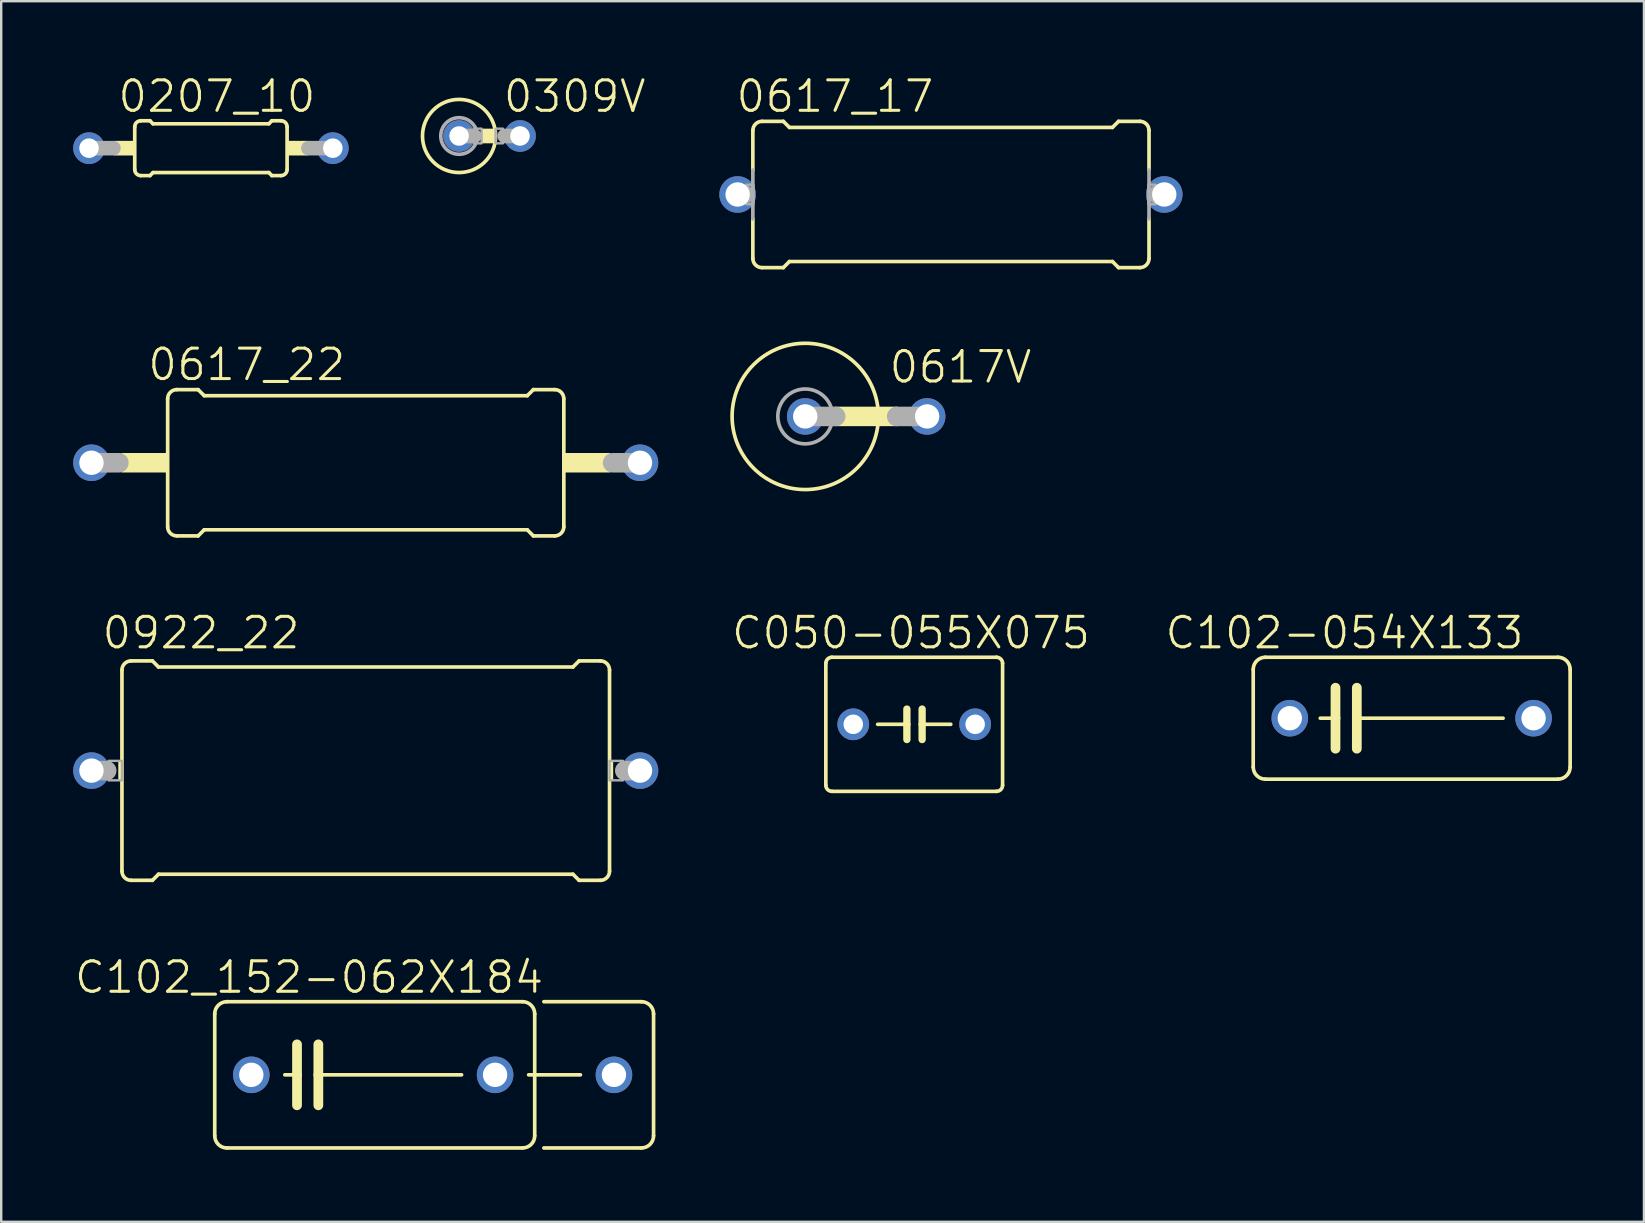
<source format=kicad_pcb>
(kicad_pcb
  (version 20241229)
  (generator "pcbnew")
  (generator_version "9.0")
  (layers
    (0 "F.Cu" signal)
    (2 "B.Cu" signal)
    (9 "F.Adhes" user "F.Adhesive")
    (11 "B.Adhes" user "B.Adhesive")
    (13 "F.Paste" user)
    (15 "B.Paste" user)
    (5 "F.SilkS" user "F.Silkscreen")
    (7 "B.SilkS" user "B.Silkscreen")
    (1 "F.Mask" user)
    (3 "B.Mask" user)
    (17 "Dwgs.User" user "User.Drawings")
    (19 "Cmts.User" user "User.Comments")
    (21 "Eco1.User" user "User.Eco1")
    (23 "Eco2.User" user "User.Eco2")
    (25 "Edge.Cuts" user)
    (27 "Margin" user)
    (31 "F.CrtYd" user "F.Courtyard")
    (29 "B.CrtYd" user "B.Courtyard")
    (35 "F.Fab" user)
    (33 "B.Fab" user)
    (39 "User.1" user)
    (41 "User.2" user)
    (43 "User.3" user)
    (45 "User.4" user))
  (footprint "0309V"
    (layer "F.Cu")
    (at 17.351 2.617)
    (property "Reference" "0309V" (at 3.55 -1.651 0) (layer "F.SilkS") (effects (font (size 1.27 1.27) (thickness 0.127))))
    (attr through_hole)
    (fp_circle (center -1.27 0) (end 0.254 0) (stroke (width 0.152) (type solid)) (fill no) (layer "F.SilkS"))
    (fp_poly (pts (xy -0.33 -0.305) (xy 0.254 -0.305) (xy 0.254 0.305) (xy -0.33 0.305)) (stroke (width 0) (type solid)) (fill yes) (layer "F.SilkS"))
    (fp_line (start -0.635 0) (end -1.27 0) (stroke (width 0.61) (type solid)) (layer "F.Fab"))
    (fp_line (start 1.27 0) (end 0.635 0) (stroke (width 0.61) (type solid)) (layer "F.Fab"))
    (fp_circle (center -1.27 0) (end -0.508 0) (stroke (width 0.152) (type solid)) (fill no) (layer "F.Fab"))
    (fp_poly (pts (xy -0.635 -0.305) (xy -0.33 -0.305) (xy -0.33 0.305) (xy -0.635 0.305)) (stroke (width 0.1) (type solid)) (fill no) (layer "F.Fab"))
    (fp_poly (pts (xy 0.254 -0.305) (xy 0.559 -0.305) (xy 0.559 0.305) (xy 0.254 0.305)) (stroke (width 0.1) (type solid)) (fill no) (layer "F.Fab"))
    (pad "1" thru_hole circle (at -1.27 0) (size 1.321 1.321) (drill 0.813) (layers "*.Cu" "*.Mask"))
    (pad "2" thru_hole circle (at 1.27 0) (size 1.321 1.321) (drill 0.813) (layers "*.Cu" "*.Mask")))
  (footprint "C102_152-062X184"
    (layer "F.Cu")
    (at 12.503 41.743)
    (property "Reference" "C102_152-062X184" (at -2.673 -4.064 0) (layer "F.SilkS") (effects (font (size 1.27 1.27) (thickness 0.127))))
    (attr through_hole)
    (fp_line (start -6.604 2.54) (end -6.604 -2.54) (stroke (width 0.152) (type solid)) (layer "F.SilkS"))
    (fp_line (start -6.096 -3.048) (end 6.223 -3.048) (stroke (width 0.152) (type solid)) (layer "F.SilkS"))
    (fp_line (start -3.683 0) (end -3.175 0) (stroke (width 0.152) (type solid)) (layer "F.SilkS"))
    (fp_line (start -3.175 -1.27) (end -3.175 0) (stroke (width 0.406) (type solid)) (layer "F.SilkS"))
    (fp_line (start -3.175 0) (end -3.175 1.27) (stroke (width 0.406) (type solid)) (layer "F.SilkS"))
    (fp_line (start -2.286 -1.27) (end -2.286 0) (stroke (width 0.406) (type solid)) (layer "F.SilkS"))
    (fp_line (start -2.286 0) (end -2.286 1.27) (stroke (width 0.406) (type solid)) (layer "F.SilkS"))
    (fp_line (start -2.286 0) (end 3.683 0) (stroke (width 0.152) (type solid)) (layer "F.SilkS"))
    (fp_line (start 6.223 3.048) (end -6.096 3.048) (stroke (width 0.152) (type solid)) (layer "F.SilkS"))
    (fp_line (start 6.477 0) (end 8.636 0) (stroke (width 0.152) (type solid)) (layer "F.SilkS"))
    (fp_line (start 6.731 -2.54) (end 6.731 2.54) (stroke (width 0.152) (type solid)) (layer "F.SilkS"))
    (fp_line (start 7.112 -3.048) (end 11.176 -3.048) (stroke (width 0.152) (type solid)) (layer "F.SilkS"))
    (fp_line (start 11.176 3.048) (end 7.112 3.048) (stroke (width 0.152) (type solid)) (layer "F.SilkS"))
    (fp_line (start 11.684 -2.54) (end 11.684 2.54) (stroke (width 0.152) (type solid)) (layer "F.SilkS"))
    (fp_arc (start -6.604 -2.54) (mid -6.45521 -2.89921) (end -6.096 -3.048) (stroke (width 0.1524) (type solid)) (layer "F.SilkS"))
    (fp_arc (start -6.096 3.048) (mid -6.45521 2.89921) (end -6.604 2.54) (stroke (width 0.1524) (type solid)) (layer "F.SilkS"))
    (fp_arc (start 6.223 -3.048) (mid 6.58221 -2.89921) (end 6.731 -2.54) (stroke (width 0.1524) (type solid)) (layer "F.SilkS"))
    (fp_arc (start 6.731 2.54) (mid 6.58221 2.89921) (end 6.223 3.048) (stroke (width 0.1524) (type solid)) (layer "F.SilkS"))
    (fp_arc (start 11.176 -3.048) (mid 11.53521 -2.89921) (end 11.684 -2.54) (stroke (width 0.1524) (type solid)) (layer "F.SilkS"))
    (fp_arc (start 11.684 2.54) (mid 11.53521 2.89921) (end 11.176 3.048) (stroke (width 0.1524) (type solid)) (layer "F.SilkS"))
    (pad "1" thru_hole circle (at -5.08 0) (size 1.524 1.524) (drill 1.016) (layers "*.Cu" "*.Mask"))
    (pad "2" thru_hole circle (at 5.08 0) (size 1.524 1.524) (drill 1.016) (layers "*.Cu" "*.Mask"))
    (pad "3" thru_hole circle (at 10.033 0) (size 1.524 1.524) (drill 1.016) (layers "*.Cu" "*.Mask")))
  (footprint "0617_22"
    (layer "F.Cu")
    (at 12.192 16.235)
    (property "Reference" "0617_22" (at -4.959 -4.089 0) (layer "F.SilkS") (effects (font (size 1.27 1.27) (thickness 0.127))))
    (attr through_hole)
    (fp_line (start -8.255 2.667) (end -8.255 -2.667) (stroke (width 0.152) (type solid)) (layer "F.SilkS"))
    (fp_line (start -7.874 -3.048) (end -6.985 -3.048) (stroke (width 0.152) (type solid)) (layer "F.SilkS"))
    (fp_line (start -7.874 3.048) (end -6.985 3.048) (stroke (width 0.152) (type solid)) (layer "F.SilkS"))
    (fp_line (start -6.731 -2.794) (end -6.985 -3.048) (stroke (width 0.152) (type solid)) (layer "F.SilkS"))
    (fp_line (start -6.731 2.794) (end -6.985 3.048) (stroke (width 0.152) (type solid)) (layer "F.SilkS"))
    (fp_line (start 6.731 -2.794) (end -6.731 -2.794) (stroke (width 0.152) (type solid)) (layer "F.SilkS"))
    (fp_line (start 6.731 -2.794) (end 6.985 -3.048) (stroke (width 0.152) (type solid)) (layer "F.SilkS"))
    (fp_line (start 6.731 2.794) (end -6.731 2.794) (stroke (width 0.152) (type solid)) (layer "F.SilkS"))
    (fp_line (start 6.731 2.794) (end 6.985 3.048) (stroke (width 0.152) (type solid)) (layer "F.SilkS"))
    (fp_line (start 7.874 -3.048) (end 6.985 -3.048) (stroke (width 0.152) (type solid)) (layer "F.SilkS"))
    (fp_line (start 7.874 3.048) (end 6.985 3.048) (stroke (width 0.152) (type solid)) (layer "F.SilkS"))
    (fp_line (start 8.255 2.667) (end 8.255 -2.667) (stroke (width 0.152) (type solid)) (layer "F.SilkS"))
    (fp_arc (start -8.255 -2.667) (mid -8.143408 -2.936408) (end -7.874 -3.048) (stroke (width 0.1524) (type solid)) (layer "F.SilkS"))
    (fp_arc (start -7.874 3.048) (mid -8.143408 2.936408) (end -8.255 2.667) (stroke (width 0.1524) (type solid)) (layer "F.SilkS"))
    (fp_arc (start 7.874 -3.048) (mid 8.143408 -2.936408) (end 8.255 -2.667) (stroke (width 0.1524) (type solid)) (layer "F.SilkS"))
    (fp_arc (start 8.255 2.667) (mid 8.143408 2.936408) (end 7.874 3.048) (stroke (width 0.1524) (type solid)) (layer "F.SilkS"))
    (fp_poly (pts (xy -10.185 -0.406) (xy -8.255 -0.406) (xy -8.255 0.406) (xy -10.185 0.406)) (stroke (width 0) (type solid)) (fill yes) (layer "F.SilkS"))
    (fp_poly (pts (xy 8.255 -0.406) (xy 10.185 -0.406) (xy 10.185 0.406) (xy 8.255 0.406)) (stroke (width 0) (type solid)) (fill yes) (layer "F.SilkS"))
    (fp_line (start -10.287 0) (end -11.43 0) (stroke (width 0.813) (type solid)) (layer "F.Fab"))
    (fp_line (start 11.43 0) (end 10.287 0) (stroke (width 0.813) (type solid)) (layer "F.Fab"))
    (pad "1" thru_hole circle (at -11.43 0) (size 1.524 1.524) (drill 1.016) (layers "*.Cu" "*.Mask"))
    (pad "2" thru_hole circle (at 11.43 0) (size 1.524 1.524) (drill 1.016) (layers "*.Cu" "*.Mask")))
  (footprint "0617_17"
    (layer "F.Cu")
    (at 36.58 5.055)
    (property "Reference" "0617_17" (at -4.832 -4.089 0) (layer "F.SilkS") (effects (font (size 1.27 1.27) (thickness 0.127))))
    (attr through_hole)
    (fp_line (start -8.255 -1.016) (end -8.255 -2.667) (stroke (width 0.152) (type solid)) (layer "F.SilkS"))
    (fp_line (start -8.255 2.667) (end -8.255 1.016) (stroke (width 0.152) (type solid)) (layer "F.SilkS"))
    (fp_line (start -7.874 -3.048) (end -6.985 -3.048) (stroke (width 0.152) (type solid)) (layer "F.SilkS"))
    (fp_line (start -7.874 3.048) (end -6.985 3.048) (stroke (width 0.152) (type solid)) (layer "F.SilkS"))
    (fp_line (start -6.731 -2.794) (end -6.985 -3.048) (stroke (width 0.152) (type solid)) (layer "F.SilkS"))
    (fp_line (start -6.731 2.794) (end -6.985 3.048) (stroke (width 0.152) (type solid)) (layer "F.SilkS"))
    (fp_line (start 6.731 -2.794) (end -6.731 -2.794) (stroke (width 0.152) (type solid)) (layer "F.SilkS"))
    (fp_line (start 6.731 -2.794) (end 6.985 -3.048) (stroke (width 0.152) (type solid)) (layer "F.SilkS"))
    (fp_line (start 6.731 2.794) (end -6.731 2.794) (stroke (width 0.152) (type solid)) (layer "F.SilkS"))
    (fp_line (start 6.731 2.794) (end 6.985 3.048) (stroke (width 0.152) (type solid)) (layer "F.SilkS"))
    (fp_line (start 7.874 -3.048) (end 6.985 -3.048) (stroke (width 0.152) (type solid)) (layer "F.SilkS"))
    (fp_line (start 7.874 3.048) (end 6.985 3.048) (stroke (width 0.152) (type solid)) (layer "F.SilkS"))
    (fp_line (start 8.255 -1.016) (end 8.255 -2.667) (stroke (width 0.152) (type solid)) (layer "F.SilkS"))
    (fp_line (start 8.255 2.667) (end 8.255 1.016) (stroke (width 0.152) (type solid)) (layer "F.SilkS"))
    (fp_arc (start -8.255 -2.667) (mid -8.143408 -2.936408) (end -7.874 -3.048) (stroke (width 0.1524) (type solid)) (layer "F.SilkS"))
    (fp_arc (start -7.874 3.048) (mid -8.143408 2.936408) (end -8.255 2.667) (stroke (width 0.1524) (type solid)) (layer "F.SilkS"))
    (fp_arc (start 7.874 -3.048) (mid 8.143408 -2.936408) (end 8.255 -2.667) (stroke (width 0.1524) (type solid)) (layer "F.SilkS"))
    (fp_arc (start 8.255 2.667) (mid 8.143408 2.936408) (end 7.874 3.048) (stroke (width 0.1524) (type solid)) (layer "F.SilkS"))
    (fp_line (start -8.89 0) (end -8.636 0) (stroke (width 0.813) (type solid)) (layer "F.Fab"))
    (fp_line (start -8.255 -1.016) (end -8.255 1.016) (stroke (width 0.152) (type solid)) (layer "F.Fab"))
    (fp_line (start 8.255 -1.016) (end 8.255 1.016) (stroke (width 0.152) (type solid)) (layer "F.Fab"))
    (fp_line (start 8.636 0) (end 8.89 0) (stroke (width 0.813) (type solid)) (layer "F.Fab"))
    (fp_poly (pts (xy -8.534 -0.406) (xy -8.23 -0.406) (xy -8.23 0.406) (xy -8.534 0.406)) (stroke (width 0.1) (type solid)) (fill no) (layer "F.Fab"))
    (fp_poly (pts (xy 8.23 -0.406) (xy 8.534 -0.406) (xy 8.534 0.406) (xy 8.23 0.406)) (stroke (width 0.1) (type solid)) (fill no) (layer "F.Fab"))
    (pad "1" thru_hole circle (at -8.89 0) (size 1.524 1.524) (drill 1.016) (layers "*.Cu" "*.Mask"))
    (pad "2" thru_hole circle (at 8.89 0) (size 1.524 1.524) (drill 1.016) (layers "*.Cu" "*.Mask")))
  (footprint "0922_22"
    (layer "F.Cu")
    (at 12.192 29.065)
    (property "Reference" "0922_22" (at -6.864 -5.74 0) (layer "F.SilkS") (effects (font (size 1.27 1.27) (thickness 0.127))))
    (attr through_hole)
    (fp_line (start -10.16 4.191) (end -10.16 -4.191) (stroke (width 0.152) (type solid)) (layer "F.SilkS"))
    (fp_line (start -9.779 -4.572) (end -8.89 -4.572) (stroke (width 0.152) (type solid)) (layer "F.SilkS"))
    (fp_line (start -9.779 4.572) (end -8.89 4.572) (stroke (width 0.152) (type solid)) (layer "F.SilkS"))
    (fp_line (start -8.636 -4.318) (end -8.89 -4.572) (stroke (width 0.152) (type solid)) (layer "F.SilkS"))
    (fp_line (start -8.636 4.318) (end -8.89 4.572) (stroke (width 0.152) (type solid)) (layer "F.SilkS"))
    (fp_line (start 8.636 -4.318) (end -8.636 -4.318) (stroke (width 0.152) (type solid)) (layer "F.SilkS"))
    (fp_line (start 8.636 -4.318) (end 8.89 -4.572) (stroke (width 0.152) (type solid)) (layer "F.SilkS"))
    (fp_line (start 8.636 4.318) (end -8.636 4.318) (stroke (width 0.152) (type solid)) (layer "F.SilkS"))
    (fp_line (start 8.636 4.318) (end 8.89 4.572) (stroke (width 0.152) (type solid)) (layer "F.SilkS"))
    (fp_line (start 9.779 -4.572) (end 8.89 -4.572) (stroke (width 0.152) (type solid)) (layer "F.SilkS"))
    (fp_line (start 9.779 4.572) (end 8.89 4.572) (stroke (width 0.152) (type solid)) (layer "F.SilkS"))
    (fp_line (start 10.16 4.191) (end 10.16 -4.191) (stroke (width 0.152) (type solid)) (layer "F.SilkS"))
    (fp_arc (start -10.16 -4.191) (mid -10.048407 -4.460408) (end -9.778999 -4.572001) (stroke (width 0.1524) (type solid)) (layer "F.SilkS"))
    (fp_arc (start -9.778999 4.572001) (mid -10.048407 4.460408) (end -10.16 4.191) (stroke (width 0.1524) (type solid)) (layer "F.SilkS"))
    (fp_arc (start 9.779 -4.572) (mid 10.048407 -4.460407) (end 10.159999 -4.190999) (stroke (width 0.1524) (type solid)) (layer "F.SilkS"))
    (fp_arc (start 10.159999 4.190999) (mid 10.048407 4.460407) (end 9.779 4.572) (stroke (width 0.1524) (type solid)) (layer "F.SilkS"))
    (fp_poly (pts (xy -10.312 -0.406) (xy -10.16 -0.406) (xy -10.16 0.406) (xy -10.312 0.406)) (stroke (width 0) (type solid)) (fill yes) (layer "F.SilkS"))
    (fp_poly (pts (xy 10.16 -0.406) (xy 10.312 -0.406) (xy 10.312 0.406) (xy 10.16 0.406)) (stroke (width 0) (type solid)) (fill yes) (layer "F.SilkS"))
    (fp_line (start -11.43 0) (end -10.795 0) (stroke (width 0.813) (type solid)) (layer "F.Fab"))
    (fp_line (start 11.43 0) (end 10.795 0) (stroke (width 0.813) (type solid)) (layer "F.Fab"))
    (fp_poly (pts (xy -10.719 -0.406) (xy -10.16 -0.406) (xy -10.16 0.406) (xy -10.719 0.406)) (stroke (width 0.1) (type solid)) (fill no) (layer "F.Fab"))
    (fp_poly (pts (xy 10.16 -0.406) (xy 10.719 -0.406) (xy 10.719 0.406) (xy 10.16 0.406)) (stroke (width 0.1) (type solid)) (fill no) (layer "F.Fab"))
    (pad "1" thru_hole circle (at -11.43 0) (size 1.524 1.524) (drill 1.016) (layers "*.Cu" "*.Mask"))
    (pad "2" thru_hole circle (at 11.43 0) (size 1.524 1.524) (drill 1.016) (layers "*.Cu" "*.Mask")))
  (footprint "C050-055X075"
    (layer "F.Cu")
    (at 35.049 27.135)
    (property "Reference" "C050-055X075" (at -0.133 -3.81 0) (layer "F.SilkS") (effects (font (size 1.27 1.27) (thickness 0.127))))
    (attr through_hole)
    (fp_line (start -3.683 -2.54) (end -3.683 2.54) (stroke (width 0.152) (type solid)) (layer "F.SilkS"))
    (fp_line (start -3.429 2.794) (end 3.429 2.794) (stroke (width 0.152) (type solid)) (layer "F.SilkS"))
    (fp_line (start -0.305 -0.635) (end -0.305 0) (stroke (width 0.305) (type solid)) (layer "F.SilkS"))
    (fp_line (start -0.305 0) (end -1.524 0) (stroke (width 0.152) (type solid)) (layer "F.SilkS"))
    (fp_line (start -0.305 0) (end -0.305 0.635) (stroke (width 0.305) (type solid)) (layer "F.SilkS"))
    (fp_line (start 0.33 -0.635) (end 0.33 0) (stroke (width 0.305) (type solid)) (layer "F.SilkS"))
    (fp_line (start 0.33 0) (end 0.33 0.635) (stroke (width 0.305) (type solid)) (layer "F.SilkS"))
    (fp_line (start 0.33 0) (end 1.524 0) (stroke (width 0.152) (type solid)) (layer "F.SilkS"))
    (fp_line (start 3.429 -2.794) (end -3.429 -2.794) (stroke (width 0.152) (type solid)) (layer "F.SilkS"))
    (fp_line (start 3.683 2.54) (end 3.683 -2.54) (stroke (width 0.152) (type solid)) (layer "F.SilkS"))
    (fp_arc (start -3.683 -2.54) (mid -3.608605 -2.719605) (end -3.429 -2.794) (stroke (width 0.1524) (type solid)) (layer "F.SilkS"))
    (fp_arc (start -3.429 2.794) (mid -3.608605 2.719605) (end -3.683 2.54) (stroke (width 0.1524) (type solid)) (layer "F.SilkS"))
    (fp_arc (start 3.429 -2.794) (mid 3.608605 -2.719605) (end 3.683 -2.54) (stroke (width 0.1524) (type solid)) (layer "F.SilkS"))
    (fp_arc (start 3.683 2.54) (mid 3.608605 2.719605) (end 3.429 2.794) (stroke (width 0.1524) (type solid)) (layer "F.SilkS"))
    (pad "1" thru_hole circle (at -2.54 0) (size 1.321 1.321) (drill 0.813) (layers "*.Cu" "*.Mask"))
    (pad "2" thru_hole circle (at 2.54 0) (size 1.321 1.321) (drill 0.813) (layers "*.Cu" "*.Mask")))
  (footprint "C102-054X133"
    (layer "F.Cu")
    (at 55.781 26.881)
    (property "Reference" "C102-054X133" (at -2.8 -3.556 0) (layer "F.SilkS") (effects (font (size 1.27 1.27) (thickness 0.127))))
    (attr through_hole)
    (fp_line (start -6.604 2.032) (end -6.604 -2.032) (stroke (width 0.152) (type solid)) (layer "F.SilkS"))
    (fp_line (start -6.096 -2.54) (end 6.096 -2.54) (stroke (width 0.152) (type solid)) (layer "F.SilkS"))
    (fp_line (start -3.81 0) (end -3.175 0) (stroke (width 0.152) (type solid)) (layer "F.SilkS"))
    (fp_line (start -3.175 -1.27) (end -3.175 0) (stroke (width 0.406) (type solid)) (layer "F.SilkS"))
    (fp_line (start -3.175 0) (end -3.175 1.27) (stroke (width 0.406) (type solid)) (layer "F.SilkS"))
    (fp_line (start -2.286 -1.27) (end -2.286 0) (stroke (width 0.406) (type solid)) (layer "F.SilkS"))
    (fp_line (start -2.286 0) (end -2.286 1.27) (stroke (width 0.406) (type solid)) (layer "F.SilkS"))
    (fp_line (start 3.81 0) (end -2.286 0) (stroke (width 0.152) (type solid)) (layer "F.SilkS"))
    (fp_line (start 6.096 2.54) (end -6.096 2.54) (stroke (width 0.152) (type solid)) (layer "F.SilkS"))
    (fp_line (start 6.604 -2.032) (end 6.604 2.032) (stroke (width 0.152) (type solid)) (layer "F.SilkS"))
    (fp_arc (start -6.604 -2.032) (mid -6.455211 -2.39121) (end -6.096001 -2.539999) (stroke (width 0.1524) (type solid)) (layer "F.SilkS"))
    (fp_arc (start -6.096001 2.539999) (mid -6.455211 2.39121) (end -6.604 2.032) (stroke (width 0.1524) (type solid)) (layer "F.SilkS"))
    (fp_arc (start 6.096 -2.54) (mid 6.455211 -2.391211) (end 6.604001 -2.032001) (stroke (width 0.1524) (type solid)) (layer "F.SilkS"))
    (fp_arc (start 6.604001 2.032001) (mid 6.455211 2.391211) (end 6.096 2.54) (stroke (width 0.1524) (type solid)) (layer "F.SilkS"))
    (pad "1" thru_hole circle (at -5.08 0) (size 1.524 1.524) (drill 1.016) (layers "*.Cu" "*.Mask"))
    (pad "2" thru_hole circle (at 5.08 0) (size 1.524 1.524) (drill 1.016) (layers "*.Cu" "*.Mask")))
  (footprint "0617V"
    (layer "F.Cu")
    (at 33.048 14.304)
    (property "Reference" "0617V" (at 3.931 -2.057 0) (layer "F.SilkS") (effects (font (size 1.27 1.27) (thickness 0.127))))
    (attr through_hole)
    (fp_circle (center -2.54 0) (end 0.508 0) (stroke (width 0.152) (type solid)) (fill no) (layer "F.SilkS"))
    (fp_poly (pts (xy -1.321 -0.406) (xy 1.321 -0.406) (xy 1.321 0.406) (xy -1.321 0.406)) (stroke (width 0) (type solid)) (fill yes) (layer "F.SilkS"))
    (fp_line (start -2.54 0) (end -1.27 0) (stroke (width 0.813) (type solid)) (layer "F.Fab"))
    (fp_line (start 1.27 0) (end 2.54 0) (stroke (width 0.813) (type solid)) (layer "F.Fab"))
    (fp_circle (center -2.54 0) (end -1.397 0) (stroke (width 0.152) (type solid)) (fill no) (layer "F.Fab"))
    (pad "1" thru_hole circle (at -2.54 0) (size 1.524 1.524) (drill 1.016) (layers "*.Cu" "*.Mask"))
    (pad "2" thru_hole circle (at 2.54 0) (size 1.524 1.524) (drill 1.016) (layers "*.Cu" "*.Mask")))
  (footprint "0207_10"
    (layer "F.Cu")
    (at 5.74 3.125)
    (property "Reference" "0207_10" (at 0.248 -2.159 0) (layer "F.SilkS") (effects (font (size 1.27 1.27) (thickness 0.127))))
    (attr through_hole)
    (fp_line (start -3.175 0.889) (end -3.175 -0.889) (stroke (width 0.152) (type solid)) (layer "F.SilkS"))
    (fp_line (start -2.921 -1.143) (end -2.54 -1.143) (stroke (width 0.152) (type solid)) (layer "F.SilkS"))
    (fp_line (start -2.921 1.143) (end -2.54 1.143) (stroke (width 0.152) (type solid)) (layer "F.SilkS"))
    (fp_line (start -2.413 -1.016) (end -2.54 -1.143) (stroke (width 0.152) (type solid)) (layer "F.SilkS"))
    (fp_line (start -2.413 1.016) (end -2.54 1.143) (stroke (width 0.152) (type solid)) (layer "F.SilkS"))
    (fp_line (start 2.413 -1.016) (end -2.413 -1.016) (stroke (width 0.152) (type solid)) (layer "F.SilkS"))
    (fp_line (start 2.413 -1.016) (end 2.54 -1.143) (stroke (width 0.152) (type solid)) (layer "F.SilkS"))
    (fp_line (start 2.413 1.016) (end -2.413 1.016) (stroke (width 0.152) (type solid)) (layer "F.SilkS"))
    (fp_line (start 2.413 1.016) (end 2.54 1.143) (stroke (width 0.152) (type solid)) (layer "F.SilkS"))
    (fp_line (start 2.921 -1.143) (end 2.54 -1.143) (stroke (width 0.152) (type solid)) (layer "F.SilkS"))
    (fp_line (start 2.921 1.143) (end 2.54 1.143) (stroke (width 0.152) (type solid)) (layer "F.SilkS"))
    (fp_line (start 3.175 0.889) (end 3.175 -0.889) (stroke (width 0.152) (type solid)) (layer "F.SilkS"))
    (fp_arc (start -3.175 -0.889) (mid -3.100605 -1.068605) (end -2.921 -1.143) (stroke (width 0.1524) (type solid)) (layer "F.SilkS"))
    (fp_arc (start -2.921 1.143) (mid -3.100605 1.068605) (end -3.175 0.889) (stroke (width 0.1524) (type solid)) (layer "F.SilkS"))
    (fp_arc (start 2.921 -1.143) (mid 3.100605 -1.068605) (end 3.175 -0.889) (stroke (width 0.1524) (type solid)) (layer "F.SilkS"))
    (fp_arc (start 3.175 0.889) (mid 3.100605 1.068605) (end 2.921 1.143) (stroke (width 0.1524) (type solid)) (layer "F.SilkS"))
    (fp_poly (pts (xy -4.039 -0.305) (xy -3.175 -0.305) (xy -3.175 0.305) (xy -4.039 0.305)) (stroke (width 0) (type solid)) (fill yes) (layer "F.SilkS"))
    (fp_poly (pts (xy 3.175 -0.305) (xy 4.039 -0.305) (xy 4.039 0.305) (xy 3.175 0.305)) (stroke (width 0) (type solid)) (fill yes) (layer "F.SilkS"))
    (fp_line (start -5.08 0) (end -4.064 0) (stroke (width 0.61) (type solid)) (layer "F.Fab"))
    (fp_line (start 5.08 0) (end 4.064 0) (stroke (width 0.61) (type solid)) (layer "F.Fab"))
    (pad "1" thru_hole circle (at -5.08 0) (size 1.321 1.321) (drill 0.813) (layers "*.Cu" "*.Mask"))
    (pad "2" thru_hole circle (at 5.08 0) (size 1.321 1.321) (drill 0.813) (layers "*.Cu" "*.Mask")))
  (gr_rect
    (start -3 -3)
    (end 65.461 47.867)
    (stroke (width 0.1) (type default))
    (fill no)
    (layer "Edge.Cuts")))
</source>
